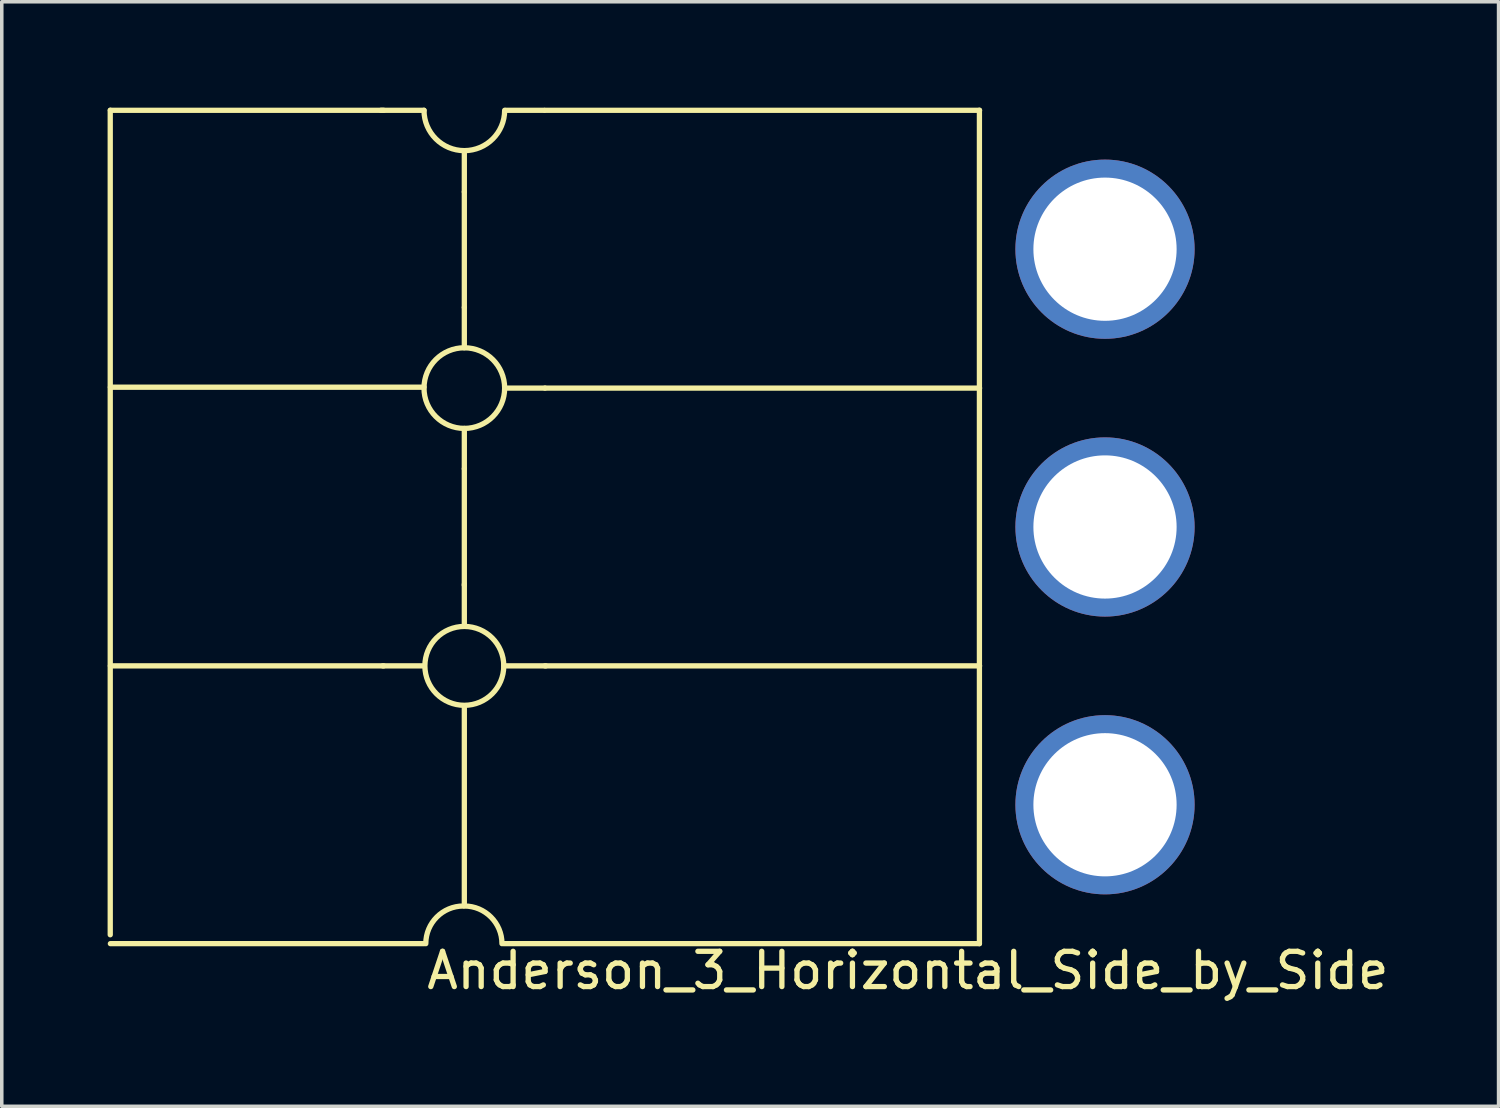
<source format=kicad_pcb>
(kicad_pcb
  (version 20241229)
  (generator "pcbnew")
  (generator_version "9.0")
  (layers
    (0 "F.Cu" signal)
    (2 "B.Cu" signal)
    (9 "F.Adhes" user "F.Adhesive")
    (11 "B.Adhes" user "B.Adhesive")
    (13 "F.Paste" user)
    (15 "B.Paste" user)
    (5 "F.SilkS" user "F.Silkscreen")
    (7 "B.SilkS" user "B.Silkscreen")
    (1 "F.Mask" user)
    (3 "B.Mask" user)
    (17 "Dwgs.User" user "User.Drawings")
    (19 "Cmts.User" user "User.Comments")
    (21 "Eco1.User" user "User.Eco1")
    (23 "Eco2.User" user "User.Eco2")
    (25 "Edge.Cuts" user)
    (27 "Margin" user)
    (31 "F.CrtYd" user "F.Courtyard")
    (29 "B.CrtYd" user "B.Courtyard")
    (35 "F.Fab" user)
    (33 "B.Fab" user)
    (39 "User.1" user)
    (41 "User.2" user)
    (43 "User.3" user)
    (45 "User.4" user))
  (footprint "Anderson_3_Horizontal_Side_by_Side"
    (layer "F.Cu")
    (at 24.717 23.699)
    (property "Reference" "Anderson_3_Horizontal_Side_by_Side" (at -2.032 0.762 0) (layer "F.SilkS") (effects (font (size 1 1) (thickness 0.15))))
    (attr through_hole)
    (fp_line (start -24.642 -0.252) (end -24.642 -23.624) (stroke (width 0.15) (type solid)) (layer "F.SilkS"))
    (fp_line (start -24.638 -23.622) (end -16.891 -23.622) (stroke (width 0.15) (type solid)) (layer "F.SilkS"))
    (fp_line (start -24.638 -15.773) (end -15.748 -15.773) (stroke (width 0.15) (type solid)) (layer "F.SilkS"))
    (fp_line (start -16.916 -7.874) (end -15.748 -7.874) (stroke (width 0.15) (type solid)) (layer "F.SilkS"))
    (fp_line (start -16.891 -7.874) (end -24.638 -7.874) (stroke (width 0.15) (type solid)) (layer "F.SilkS"))
    (fp_line (start -15.748 -23.622) (end -16.967 -23.622) (stroke (width 0.15) (type solid)) (layer "F.SilkS"))
    (fp_line (start -15.748 0) (end -24.638 0) (stroke (width 0.15) (type solid)) (layer "F.SilkS"))
    (fp_line (start -14.605 -22.479) (end -14.605 -21.311) (stroke (width 0.15) (type solid)) (layer "F.SilkS"))
    (fp_line (start -14.605 -18.034) (end -14.605 -21.311) (stroke (width 0.15) (type solid)) (layer "F.SilkS"))
    (fp_line (start -14.605 -18.034) (end -14.605 -16.891) (stroke (width 0.15) (type solid)) (layer "F.SilkS"))
    (fp_line (start -14.605 -13.462) (end -14.605 -14.605) (stroke (width 0.15) (type solid)) (layer "F.SilkS"))
    (fp_line (start -14.605 -13.462) (end -14.605 -10.16) (stroke (width 0.15) (type solid)) (layer "F.SilkS"))
    (fp_line (start -14.605 -10.185) (end -14.605 -9.017) (stroke (width 0.15) (type solid)) (layer "F.SilkS"))
    (fp_line (start -14.605 -6.706) (end -14.605 -1.143) (stroke (width 0.15) (type solid)) (layer "F.SilkS"))
    (fp_line (start -13.487 0) (end -0.004 0) (stroke (width 0.15) (type solid)) (layer "F.SilkS"))
    (fp_line (start -12.344 -23.622) (end -13.437 -23.622) (stroke (width 0.15) (type solid)) (layer "F.SilkS"))
    (fp_line (start -12.319 -23.622) (end 0 -23.622) (stroke (width 0.15) (type solid)) (layer "F.SilkS"))
    (fp_line (start -12.319 -15.748) (end -13.462 -15.748) (stroke (width 0.15) (type solid)) (layer "F.SilkS"))
    (fp_line (start -12.319 -15.748) (end 0 -15.748) (stroke (width 0.15) (type solid)) (layer "F.SilkS"))
    (fp_line (start -12.319 -7.874) (end 0 -7.874) (stroke (width 0.15) (type solid)) (layer "F.SilkS"))
    (fp_line (start -12.294 -7.874) (end -13.487 -7.874) (stroke (width 0.15) (type solid)) (layer "F.SilkS"))
    (fp_line (start -0.004 0) (end -0.004 -23.624) (stroke (width 0.15) (type solid)) (layer "F.SilkS"))
    (fp_arc (start -15.6972 0) (mid -15.384742 -0.754342) (end -14.6304 -1.0668) (stroke (width 0.15) (type solid)) (layer "F.SilkS"))
    (fp_arc (start -14.605 -22.479) (mid -15.413223 -22.813777) (end -15.748 -23.622) (stroke (width 0.15) (type solid)) (layer "F.SilkS"))
    (fp_arc (start -14.605 -1.0668) (mid -13.850658 -0.754342) (end -13.5382 0) (stroke (width 0.15) (type solid)) (layer "F.SilkS"))
    (fp_arc (start -13.462 -23.622) (mid -13.796777 -22.813777) (end -14.605 -22.479) (stroke (width 0.15) (type solid)) (layer "F.SilkS"))
    (fp_circle (center -14.605 -15.748) (end -14.605 -14.605) (stroke (width 0.15) (type solid)) (fill no) (layer "F.SilkS"))
    (fp_circle (center -14.605 -7.874) (end -13.487 -7.874) (stroke (width 0.15) (type solid)) (fill no) (layer "F.SilkS"))
    (pad "1" thru_hole circle (at 3.556 -3.937) (size 5.08 5.08) (drill 4.06) (layers "*.Cu" "*.Mask" "F.Paste"))
    (pad "2" thru_hole circle (at 3.556 -11.811) (size 5.08 5.08) (drill 4.06) (layers "*.Cu" "*.Mask" "F.Paste"))
    (pad "3" thru_hole circle (at 3.556 -19.685) (size 5.08 5.08) (drill 4.06) (layers "*.Cu" "*.Mask" "F.Paste")))
  (gr_rect
    (start -3 -3)
    (end 39.429 28.309)
    (stroke (width 0.1) (type default))
    (fill no)
    (layer "Edge.Cuts")))
</source>
